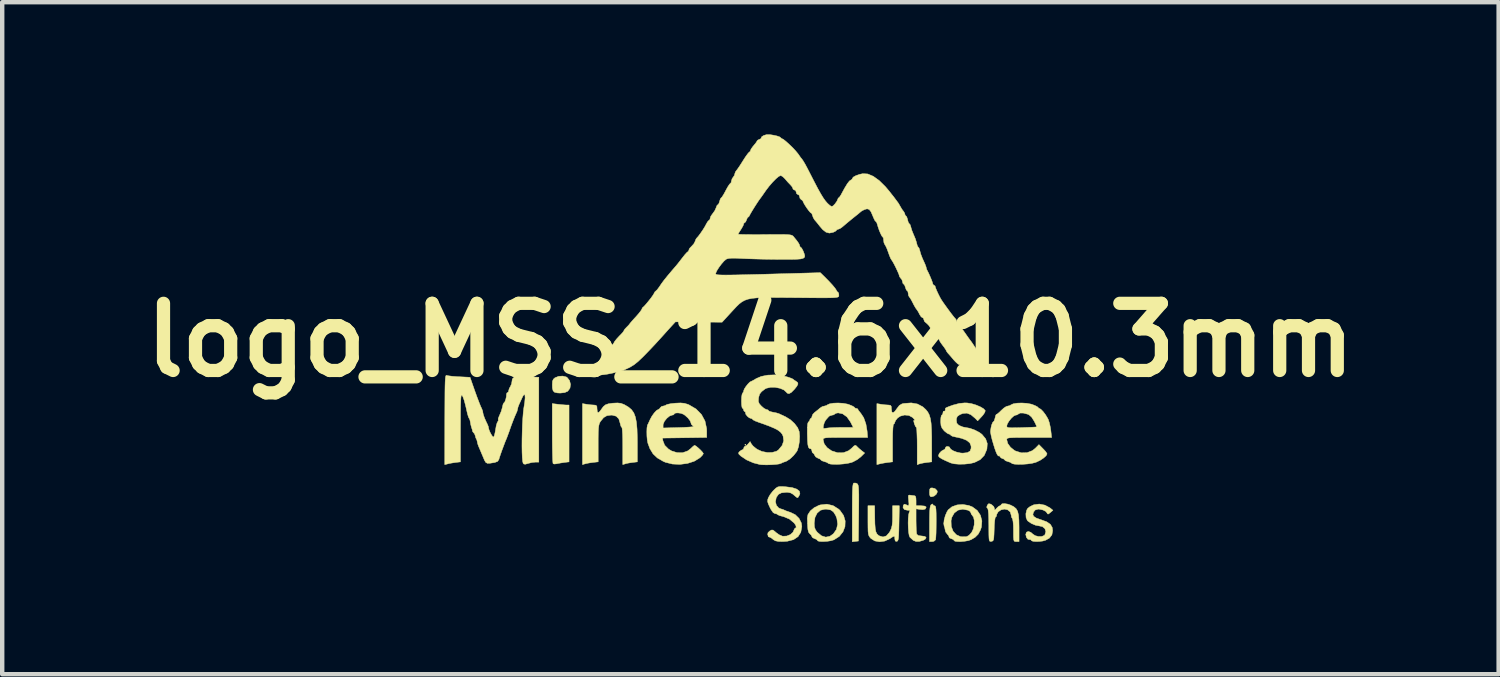
<source format=kicad_pcb>
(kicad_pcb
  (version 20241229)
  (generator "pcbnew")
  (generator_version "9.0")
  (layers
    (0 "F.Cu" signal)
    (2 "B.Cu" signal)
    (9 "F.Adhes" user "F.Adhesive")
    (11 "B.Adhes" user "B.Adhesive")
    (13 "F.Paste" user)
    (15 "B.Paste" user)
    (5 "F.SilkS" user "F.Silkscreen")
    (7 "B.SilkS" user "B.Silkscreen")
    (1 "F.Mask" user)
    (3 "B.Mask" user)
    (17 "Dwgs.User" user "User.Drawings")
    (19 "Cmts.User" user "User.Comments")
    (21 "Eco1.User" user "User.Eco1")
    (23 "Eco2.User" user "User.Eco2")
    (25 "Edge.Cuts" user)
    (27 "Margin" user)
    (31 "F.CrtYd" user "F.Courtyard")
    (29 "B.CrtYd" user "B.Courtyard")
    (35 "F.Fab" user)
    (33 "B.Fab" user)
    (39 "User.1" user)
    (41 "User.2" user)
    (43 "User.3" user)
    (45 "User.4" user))
  (footprint "logo_MSS_14.6x10.3mm"
    (layer "F.Cu")
    (at 13.977 4.667)
    (property "Reference" "logo_MSS_14.6x10.3mm" (at 0 0 0) (layer "F.SilkS") (effects (font (size 1.524 1.524) (thickness 0.3))))
    (attr through_hole)
    (fp_poly (pts (xy -0.102 2.375) (xy -0.114 2.388) (xy -0.127 2.375) (xy -0.114 2.362) (xy -0.102 2.375)) (stroke (width 0.01) (type solid)) (fill yes) (layer "F.SilkS"))
    (fp_poly (pts (xy 4.19 3.37) (xy 4.234 3.413) (xy 4.242 3.445) (xy 4.22 3.495) (xy 4.17 3.538) (xy 4.113 3.556) (xy 4.081 3.547) (xy 4.067 3.511) (xy 4.064 3.454) (xy 4.068 3.389) (xy 4.084 3.359) (xy 4.122 3.353) (xy 4.122 3.353) (xy 4.19 3.37)) (stroke (width 0.01) (type solid)) (fill yes) (layer "F.SilkS"))
    (fp_poly (pts (xy -4.362 1.457) (xy -4.274 1.466) (xy -4.199 1.472) (xy -4.172 1.473) (xy -4.115 1.473) (xy -4.115 2.763) (xy -4.223 2.776) (xy -4.308 2.789) (xy -4.382 2.803) (xy -4.395 2.806) (xy -4.449 2.812) (xy -4.477 2.804) (xy -4.482 2.775) (xy -4.487 2.701) (xy -4.49 2.591) (xy -4.493 2.45) (xy -4.495 2.286) (xy -4.496 2.113) (xy -4.496 1.441) (xy -4.362 1.457)) (stroke (width 0.01) (type solid)) (fill yes) (layer "F.SilkS"))
    (fp_poly (pts (xy -4.178 0.836) (xy -4.16 0.847) (xy -4.104 0.917) (xy -4.081 1.004) (xy -4.094 1.09) (xy -4.143 1.159) (xy -4.144 1.16) (xy -4.215 1.191) (xy -4.317 1.202) (xy -4.381 1.198) (xy -4.443 1.184) (xy -4.477 1.15) (xy -4.493 1.087) (xy -4.495 1.013) (xy -4.491 0.933) (xy -4.47 0.886) (xy -4.433 0.854) (xy -4.351 0.822) (xy -4.258 0.816) (xy -4.178 0.836)) (stroke (width 0.01) (type solid)) (fill yes) (layer "F.SilkS"))
    (fp_poly (pts (xy 2.395 3.245) (xy 2.424 3.259) (xy 2.436 3.274) (xy 2.446 3.299) (xy 2.453 3.342) (xy 2.457 3.409) (xy 2.46 3.505) (xy 2.46 3.637) (xy 2.459 3.81) (xy 2.458 3.924) (xy 2.451 4.559) (xy 2.311 4.575) (xy 2.311 3.916) (xy 2.312 3.71) (xy 2.313 3.55) (xy 2.316 3.43) (xy 2.32 3.345) (xy 2.327 3.289) (xy 2.335 3.257) (xy 2.346 3.243) (xy 2.347 3.243) (xy 2.395 3.245)) (stroke (width 0.01) (type solid)) (fill yes) (layer "F.SilkS"))
    (fp_poly (pts (xy 4.14 3.731) (xy 4.161 3.756) (xy 4.178 3.759) (xy 4.193 3.766) (xy 4.204 3.792) (xy 4.211 3.844) (xy 4.215 3.929) (xy 4.216 4.055) (xy 4.216 4.125) (xy 4.215 4.259) (xy 4.213 4.377) (xy 4.208 4.469) (xy 4.203 4.523) (xy 4.201 4.532) (xy 4.166 4.563) (xy 4.125 4.572) (xy 4.064 4.572) (xy 4.064 4.169) (xy 4.065 4.011) (xy 4.068 3.896) (xy 4.074 3.818) (xy 4.083 3.768) (xy 4.096 3.74) (xy 4.102 3.734) (xy 4.134 3.717) (xy 4.14 3.731)) (stroke (width 0.01) (type solid)) (fill yes) (layer "F.SilkS"))
    (fp_poly (pts (xy 2.822 4.02) (xy 2.825 4.168) (xy 2.833 4.275) (xy 2.847 4.348) (xy 2.871 4.397) (xy 2.905 4.43) (xy 2.924 4.442) (xy 3.009 4.467) (xy 3.085 4.443) (xy 3.151 4.368) (xy 3.169 4.338) (xy 3.198 4.274) (xy 3.215 4.206) (xy 3.224 4.118) (xy 3.226 3.996) (xy 3.226 3.994) (xy 3.226 3.759) (xy 3.379 3.759) (xy 3.372 4.159) (xy 3.369 4.311) (xy 3.365 4.419) (xy 3.36 4.492) (xy 3.351 4.535) (xy 3.339 4.558) (xy 3.323 4.567) (xy 3.321 4.567) (xy 3.287 4.56) (xy 3.277 4.514) (xy 3.277 4.51) (xy 3.275 4.466) (xy 3.262 4.45) (xy 3.228 4.463) (xy 3.164 4.506) (xy 3.16 4.508) (xy 3.049 4.56) (xy 2.932 4.576) (xy 2.823 4.557) (xy 2.737 4.502) (xy 2.735 4.501) (xy 2.708 4.47) (xy 2.689 4.439) (xy 2.677 4.399) (xy 2.67 4.339) (xy 2.668 4.249) (xy 2.667 4.12) (xy 2.667 4.094) (xy 2.667 3.759) (xy 2.819 3.759) (xy 2.822 4.02)) (stroke (width 0.01) (type solid)) (fill yes) (layer "F.SilkS"))
    (fp_poly (pts (xy 3.623 3.518) (xy 3.689 3.527) (xy 3.715 3.529) (xy 3.743 3.54) (xy 3.756 3.581) (xy 3.759 3.645) (xy 3.759 3.759) (xy 3.873 3.759) (xy 3.95 3.765) (xy 3.985 3.783) (xy 3.988 3.795) (xy 3.969 3.834) (xy 3.911 3.847) (xy 3.842 3.841) (xy 3.759 3.829) (xy 3.759 4.097) (xy 3.761 4.212) (xy 3.764 4.311) (xy 3.77 4.38) (xy 3.775 4.405) (xy 3.812 4.436) (xy 3.889 4.445) (xy 3.961 4.455) (xy 3.988 4.481) (xy 3.969 4.515) (xy 3.923 4.543) (xy 3.837 4.567) (xy 3.754 4.567) (xy 3.694 4.543) (xy 3.691 4.539) (xy 3.644 4.496) (xy 3.621 4.476) (xy 3.603 4.436) (xy 3.59 4.359) (xy 3.582 4.259) (xy 3.579 4.149) (xy 3.582 4.044) (xy 3.591 3.956) (xy 3.606 3.9) (xy 3.612 3.891) (xy 3.623 3.87) (xy 3.593 3.862) (xy 3.564 3.861) (xy 3.494 3.845) (xy 3.463 3.8) (xy 3.47 3.747) (xy 3.494 3.723) (xy 3.531 3.734) (xy 3.573 3.754) (xy 3.594 3.748) (xy 3.597 3.709) (xy 3.59 3.634) (xy 3.583 3.56) (xy 3.587 3.524) (xy 3.607 3.516) (xy 3.623 3.518)) (stroke (width 0.01) (type solid)) (fill yes) (layer "F.SilkS"))
    (fp_poly (pts (xy 1.876 3.756) (xy 2.004 3.837) (xy 2.033 3.865) (xy 2.114 3.979) (xy 2.151 4.104) (xy 2.146 4.232) (xy 2.1 4.351) (xy 2.017 4.454) (xy 1.898 4.53) (xy 1.892 4.533) (xy 1.823 4.553) (xy 1.739 4.566) (xy 1.653 4.571) (xy 1.58 4.569) (xy 1.533 4.558) (xy 1.524 4.547) (xy 1.502 4.523) (xy 1.46 4.506) (xy 1.413 4.484) (xy 1.397 4.461) (xy 1.378 4.423) (xy 1.35 4.397) (xy 1.321 4.361) (xy 1.305 4.298) (xy 1.298 4.209) (xy 1.296 4.154) (xy 1.448 4.154) (xy 1.448 4.154) (xy 1.454 4.244) (xy 1.478 4.308) (xy 1.518 4.361) (xy 1.614 4.441) (xy 1.71 4.471) (xy 1.805 4.451) (xy 1.883 4.395) (xy 1.953 4.295) (xy 1.98 4.176) (xy 1.962 4.047) (xy 1.934 3.976) (xy 1.883 3.896) (xy 1.82 3.853) (xy 1.73 3.837) (xy 1.689 3.837) (xy 1.591 3.86) (xy 1.515 3.925) (xy 1.465 4.025) (xy 1.448 4.154) (xy 1.296 4.154) (xy 1.295 4.125) (xy 1.292 4.064) (xy 1.291 4.04) (xy 1.306 3.958) (xy 1.361 3.875) (xy 1.447 3.803) (xy 1.553 3.75) (xy 1.585 3.74) (xy 1.736 3.723) (xy 1.876 3.756)) (stroke (width 0.01) (type solid)) (fill yes) (layer "F.SilkS"))
    (fp_poly (pts (xy 4.956 3.753) (xy 5.037 3.785) (xy 5.147 3.866) (xy 5.22 3.975) (xy 5.253 4.104) (xy 5.242 4.242) (xy 5.219 4.311) (xy 5.168 4.405) (xy 5.099 4.474) (xy 5.006 4.529) (xy 4.944 4.55) (xy 4.862 4.564) (xy 4.775 4.572) (xy 4.697 4.571) (xy 4.641 4.563) (xy 4.623 4.547) (xy 4.601 4.523) (xy 4.559 4.506) (xy 4.517 4.488) (xy 4.508 4.471) (xy 4.5 4.442) (xy 4.47 4.406) (xy 4.431 4.354) (xy 4.42 4.312) (xy 4.407 4.247) (xy 4.396 4.221) (xy 4.387 4.162) (xy 4.395 4.098) (xy 4.553 4.098) (xy 4.558 4.229) (xy 4.6 4.338) (xy 4.673 4.417) (xy 4.77 4.461) (xy 4.885 4.463) (xy 4.915 4.456) (xy 4.963 4.427) (xy 5.014 4.372) (xy 5.023 4.359) (xy 5.059 4.282) (xy 5.079 4.188) (xy 5.08 4.094) (xy 5.064 4.02) (xy 5.042 3.988) (xy 5.01 3.944) (xy 5.004 3.921) (xy 4.983 3.886) (xy 4.939 3.86) (xy 4.818 3.837) (xy 4.711 3.859) (xy 4.626 3.923) (xy 4.57 4.022) (xy 4.553 4.098) (xy 4.395 4.098) (xy 4.397 4.077) (xy 4.423 3.982) (xy 4.461 3.895) (xy 4.489 3.851) (xy 4.575 3.781) (xy 4.69 3.74) (xy 4.821 3.73) (xy 4.956 3.753)) (stroke (width 0.01) (type solid)) (fill yes) (layer "F.SilkS"))
    (fp_poly (pts (xy 6.682 3.745) (xy 6.796 3.806) (xy 6.804 3.812) (xy 6.865 3.862) (xy 6.804 3.914) (xy 6.761 3.947) (xy 6.741 3.943) (xy 6.736 3.93) (xy 6.705 3.889) (xy 6.64 3.855) (xy 6.559 3.837) (xy 6.531 3.835) (xy 6.462 3.855) (xy 6.427 3.898) (xy 6.409 3.954) (xy 6.427 3.999) (xy 6.486 4.038) (xy 6.59 4.075) (xy 6.6 4.078) (xy 6.725 4.124) (xy 6.806 4.18) (xy 6.848 4.251) (xy 6.858 4.323) (xy 6.841 4.419) (xy 6.786 4.491) (xy 6.698 4.541) (xy 6.635 4.559) (xy 6.555 4.569) (xy 6.476 4.571) (xy 6.412 4.565) (xy 6.377 4.55) (xy 6.375 4.544) (xy 6.357 4.526) (xy 6.344 4.527) (xy 6.298 4.52) (xy 6.263 4.476) (xy 6.248 4.409) (xy 6.265 4.358) (xy 6.307 4.342) (xy 6.363 4.362) (xy 6.406 4.4) (xy 6.463 4.438) (xy 6.539 4.457) (xy 6.614 4.455) (xy 6.67 4.431) (xy 6.681 4.419) (xy 6.704 4.345) (xy 6.683 4.279) (xy 6.627 4.232) (xy 6.553 4.216) (xy 6.469 4.2) (xy 6.375 4.16) (xy 6.298 4.107) (xy 6.282 4.089) (xy 6.255 4.025) (xy 6.251 3.94) (xy 6.269 3.859) (xy 6.293 3.818) (xy 6.346 3.777) (xy 6.421 3.741) (xy 6.435 3.736) (xy 6.555 3.72) (xy 6.682 3.745)) (stroke (width 0.01) (type solid)) (fill yes) (layer "F.SilkS"))
    (fp_poly (pts (xy -2.941 1.434) (xy -2.871 1.46) (xy -2.851 1.47) (xy -2.765 1.521) (xy -2.697 1.579) (xy -2.646 1.651) (xy -2.61 1.745) (xy -2.586 1.865) (xy -2.572 2.019) (xy -2.566 2.214) (xy -2.565 2.332) (xy -2.565 2.763) (xy -2.673 2.776) (xy -2.756 2.788) (xy -2.826 2.803) (xy -2.838 2.807) (xy -2.896 2.825) (xy -2.896 2.403) (xy -2.897 2.263) (xy -2.9 2.143) (xy -2.906 2.051) (xy -2.912 1.994) (xy -2.918 1.981) (xy -2.936 1.959) (xy -2.952 1.904) (xy -2.955 1.889) (xy -2.986 1.787) (xy -3.045 1.727) (xy -3.135 1.703) (xy -3.162 1.702) (xy -3.256 1.715) (xy -3.33 1.758) (xy -3.399 1.842) (xy -3.411 1.86) (xy -3.427 1.893) (xy -3.439 1.939) (xy -3.447 2.004) (xy -3.452 2.098) (xy -3.454 2.229) (xy -3.454 2.345) (xy -3.454 2.762) (xy -3.575 2.776) (xy -3.661 2.788) (xy -3.733 2.803) (xy -3.753 2.808) (xy -3.81 2.825) (xy -3.81 1.441) (xy -3.715 1.457) (xy -3.63 1.468) (xy -3.554 1.473) (xy -3.55 1.473) (xy -3.503 1.479) (xy -3.483 1.506) (xy -3.48 1.562) (xy -3.473 1.629) (xy -3.451 1.647) (xy -3.415 1.617) (xy -3.389 1.581) (xy -3.338 1.51) (xy -3.287 1.468) (xy -3.221 1.445) (xy -3.122 1.431) (xy -3.118 1.431) (xy -3.016 1.426) (xy -2.941 1.434)) (stroke (width 0.01) (type solid)) (fill yes) (layer "F.SilkS"))
    (fp_poly (pts (xy 3.791 1.45) (xy 3.912 1.514) (xy 3.981 1.577) (xy 4.025 1.632) (xy 4.059 1.697) (xy 4.083 1.778) (xy 4.1 1.883) (xy 4.109 2.021) (xy 4.114 2.197) (xy 4.114 2.315) (xy 4.115 2.763) (xy 4.007 2.776) (xy 3.924 2.788) (xy 3.854 2.803) (xy 3.842 2.807) (xy 3.785 2.825) (xy 3.785 2.403) (xy 3.784 2.263) (xy 3.78 2.143) (xy 3.776 2.051) (xy 3.77 1.994) (xy 3.765 1.981) (xy 3.746 1.96) (xy 3.723 1.906) (xy 3.719 1.893) (xy 3.706 1.84) (xy 3.709 1.818) (xy 3.713 1.819) (xy 3.734 1.825) (xy 3.725 1.805) (xy 3.691 1.766) (xy 3.678 1.754) (xy 3.597 1.71) (xy 3.499 1.7) (xy 3.403 1.725) (xy 3.341 1.766) (xy 3.298 1.819) (xy 3.277 1.864) (xy 3.277 1.868) (xy 3.263 1.901) (xy 3.251 1.905) (xy 3.241 1.93) (xy 3.234 2.002) (xy 3.228 2.117) (xy 3.226 2.272) (xy 3.226 2.334) (xy 3.226 2.763) (xy 3.118 2.776) (xy 3.031 2.789) (xy 2.953 2.804) (xy 2.94 2.807) (xy 2.87 2.825) (xy 2.87 1.441) (xy 2.965 1.457) (xy 3.05 1.468) (xy 3.126 1.473) (xy 3.131 1.473) (xy 3.178 1.479) (xy 3.197 1.506) (xy 3.2 1.562) (xy 3.209 1.629) (xy 3.235 1.648) (xy 3.276 1.62) (xy 3.326 1.552) (xy 3.38 1.482) (xy 3.44 1.447) (xy 3.478 1.438) (xy 3.649 1.425) (xy 3.791 1.45)) (stroke (width 0.01) (type solid)) (fill yes) (layer "F.SilkS"))
    (fp_poly (pts (xy 5.84 3.722) (xy 5.902 3.743) (xy 5.975 3.78) (xy 6.028 3.824) (xy 6.063 3.884) (xy 6.083 3.969) (xy 6.093 4.088) (xy 6.096 4.245) (xy 6.096 4.572) (xy 6.032 4.572) (xy 6.004 4.57) (xy 5.985 4.56) (xy 5.975 4.53) (xy 5.97 4.473) (xy 5.969 4.378) (xy 5.969 4.319) (xy 5.967 4.209) (xy 5.96 4.12) (xy 5.95 4.064) (xy 5.944 4.051) (xy 5.924 4.016) (xy 5.918 3.975) (xy 5.896 3.899) (xy 5.836 3.85) (xy 5.764 3.835) (xy 5.687 3.852) (xy 5.623 3.896) (xy 5.59 3.952) (xy 5.588 3.968) (xy 5.577 4.006) (xy 5.563 4.013) (xy 5.553 4.037) (xy 5.543 4.102) (xy 5.535 4.198) (xy 5.532 4.286) (xy 5.528 4.407) (xy 5.523 4.486) (xy 5.515 4.533) (xy 5.501 4.556) (xy 5.479 4.565) (xy 5.467 4.567) (xy 5.445 4.569) (xy 5.43 4.562) (xy 5.419 4.539) (xy 5.414 4.492) (xy 5.411 4.414) (xy 5.41 4.296) (xy 5.41 4.207) (xy 5.408 4.062) (xy 5.404 3.945) (xy 5.396 3.864) (xy 5.387 3.825) (xy 5.385 3.823) (xy 5.361 3.793) (xy 5.376 3.747) (xy 5.384 3.735) (xy 5.407 3.712) (xy 5.444 3.719) (xy 5.472 3.733) (xy 5.522 3.777) (xy 5.538 3.821) (xy 5.541 3.856) (xy 5.554 3.853) (xy 5.587 3.816) (xy 5.63 3.775) (xy 5.662 3.759) (xy 5.688 3.741) (xy 5.69 3.734) (xy 5.711 3.714) (xy 5.766 3.71) (xy 5.84 3.722)) (stroke (width 0.01) (type solid)) (fill yes) (layer "F.SilkS"))
    (fp_poly (pts (xy 0.745 3.324) (xy 0.8 3.328) (xy 0.948 3.347) (xy 1.052 3.381) (xy 1.111 3.427) (xy 1.124 3.485) (xy 1.112 3.517) (xy 1.084 3.566) (xy 1.064 3.577) (xy 1.036 3.557) (xy 1.031 3.553) (xy 0.963 3.495) (xy 0.91 3.466) (xy 0.852 3.455) (xy 0.812 3.454) (xy 0.707 3.465) (xy 0.638 3.499) (xy 0.591 3.566) (xy 0.585 3.58) (xy 0.569 3.669) (xy 0.59 3.751) (xy 0.642 3.809) (xy 0.683 3.827) (xy 0.742 3.845) (xy 0.775 3.86) (xy 0.814 3.877) (xy 0.88 3.9) (xy 0.907 3.908) (xy 1.018 3.962) (xy 1.104 4.046) (xy 1.156 4.15) (xy 1.167 4.229) (xy 1.144 4.359) (xy 1.081 4.459) (xy 0.978 4.528) (xy 0.837 4.564) (xy 0.735 4.571) (xy 0.634 4.568) (xy 0.569 4.555) (xy 0.523 4.529) (xy 0.514 4.521) (xy 0.466 4.484) (xy 0.433 4.47) (xy 0.407 4.462) (xy 0.406 4.46) (xy 0.399 4.43) (xy 0.392 4.411) (xy 0.4 4.368) (xy 0.439 4.332) (xy 0.481 4.309) (xy 0.514 4.311) (xy 0.556 4.343) (xy 0.58 4.365) (xy 0.65 4.416) (xy 0.722 4.447) (xy 0.736 4.45) (xy 0.824 4.446) (xy 0.907 4.413) (xy 0.965 4.361) (xy 0.981 4.327) (xy 1.001 4.281) (xy 1.019 4.267) (xy 1.04 4.25) (xy 1.031 4.207) (xy 0.996 4.153) (xy 0.996 4.153) (xy 0.885 4.06) (xy 0.748 4.004) (xy 0.727 3.999) (xy 0.663 3.982) (xy 0.623 3.963) (xy 0.621 3.96) (xy 0.586 3.94) (xy 0.559 3.937) (xy 0.517 3.915) (xy 0.469 3.846) (xy 0.443 3.797) (xy 0.406 3.716) (xy 0.39 3.662) (xy 0.394 3.617) (xy 0.409 3.575) (xy 0.448 3.506) (xy 0.507 3.43) (xy 0.532 3.404) (xy 0.581 3.357) (xy 0.622 3.332) (xy 0.671 3.322) (xy 0.745 3.324)) (stroke (width 0.01) (type solid)) (fill yes) (layer "F.SilkS"))
    (fp_poly (pts (xy -1.5 1.434) (xy -1.425 1.456) (xy -1.397 1.467) (xy -1.234 1.562) (xy -1.111 1.687) (xy -1.03 1.837) (xy -0.993 2.01) (xy -0.991 2.063) (xy -0.991 2.209) (xy -1.994 2.223) (xy -1.985 2.284) (xy -1.945 2.386) (xy -1.858 2.473) (xy -1.784 2.517) (xy -1.659 2.555) (xy -1.533 2.554) (xy -1.419 2.513) (xy -1.353 2.461) (xy -1.305 2.415) (xy -1.271 2.389) (xy -1.266 2.388) (xy -1.235 2.404) (xy -1.185 2.445) (xy -1.13 2.496) (xy -1.086 2.544) (xy -1.067 2.575) (xy -1.067 2.576) (xy -1.085 2.607) (xy -1.129 2.654) (xy -1.148 2.671) (xy -1.273 2.748) (xy -1.427 2.798) (xy -1.598 2.82) (xy -1.769 2.812) (xy -1.927 2.773) (xy -1.976 2.752) (xy -2.111 2.674) (xy -2.209 2.581) (xy -2.281 2.462) (xy -2.327 2.337) (xy -2.34 2.269) (xy -2.348 2.178) (xy -2.35 2.08) (xy -2.347 1.994) (xy -1.981 1.994) (xy -1.645 1.985) (xy -1.519 1.981) (xy -1.413 1.975) (xy -1.336 1.969) (xy -1.298 1.964) (xy -1.295 1.963) (xy -1.302 1.944) (xy -1.314 1.938) (xy -1.343 1.906) (xy -1.347 1.884) (xy -1.367 1.832) (xy -1.416 1.768) (xy -1.482 1.708) (xy -1.519 1.683) (xy -1.576 1.661) (xy -1.642 1.652) (xy -1.698 1.655) (xy -1.726 1.672) (xy -1.727 1.676) (xy -1.748 1.697) (xy -1.776 1.702) (xy -1.834 1.723) (xy -1.897 1.775) (xy -1.951 1.842) (xy -1.979 1.909) (xy -1.981 1.926) (xy -1.981 1.994) (xy -2.347 1.994) (xy -2.347 1.993) (xy -2.337 1.936) (xy -2.335 1.93) (xy -2.312 1.882) (xy -2.281 1.814) (xy -2.276 1.803) (xy -2.235 1.727) (xy -2.183 1.654) (xy -2.132 1.599) (xy -2.092 1.575) (xy -2.089 1.575) (xy -2.058 1.555) (xy -2.048 1.537) (xy -2.013 1.504) (xy -1.987 1.499) (xy -1.933 1.485) (xy -1.913 1.471) (xy -1.876 1.457) (xy -1.803 1.442) (xy -1.709 1.432) (xy -1.699 1.431) (xy -1.585 1.426) (xy -1.5 1.434)) (stroke (width 0.01) (type solid)) (fill yes) (layer "F.SilkS"))
    (fp_poly (pts (xy 4.922 1.427) (xy 5.02 1.443) (xy 5.123 1.474) (xy 5.217 1.514) (xy 5.289 1.556) (xy 5.327 1.597) (xy 5.329 1.604) (xy 5.317 1.643) (xy 5.278 1.701) (xy 5.246 1.737) (xy 5.157 1.832) (xy 5.099 1.773) (xy 5.003 1.692) (xy 4.912 1.657) (xy 4.818 1.665) (xy 4.754 1.691) (xy 4.697 1.729) (xy 4.676 1.779) (xy 4.674 1.817) (xy 4.683 1.885) (xy 4.722 1.927) (xy 4.749 1.942) (xy 4.82 1.971) (xy 4.882 1.983) (xy 4.979 2.001) (xy 5.091 2.041) (xy 5.195 2.095) (xy 5.254 2.139) (xy 5.338 2.24) (xy 5.375 2.346) (xy 5.367 2.466) (xy 5.362 2.486) (xy 5.306 2.617) (xy 5.213 2.713) (xy 5.082 2.778) (xy 5.079 2.779) (xy 4.978 2.802) (xy 4.857 2.814) (xy 4.732 2.816) (xy 4.622 2.807) (xy 4.547 2.788) (xy 4.424 2.734) (xy 4.343 2.694) (xy 4.294 2.663) (xy 4.271 2.637) (xy 4.267 2.62) (xy 4.286 2.572) (xy 4.331 2.522) (xy 4.38 2.492) (xy 4.394 2.489) (xy 4.417 2.469) (xy 4.42 2.451) (xy 4.441 2.42) (xy 4.47 2.413) (xy 4.512 2.423) (xy 4.521 2.436) (xy 4.544 2.474) (xy 4.603 2.512) (xy 4.684 2.543) (xy 4.773 2.562) (xy 4.82 2.565) (xy 4.922 2.554) (xy 4.984 2.519) (xy 5.008 2.455) (xy 5.007 2.403) (xy 4.979 2.332) (xy 4.909 2.275) (xy 4.794 2.229) (xy 4.644 2.196) (xy 4.582 2.181) (xy 4.549 2.162) (xy 4.547 2.157) (xy 4.526 2.136) (xy 4.509 2.134) (xy 4.469 2.116) (xy 4.414 2.073) (xy 4.394 2.054) (xy 4.348 1.997) (xy 4.325 1.939) (xy 4.318 1.858) (xy 4.318 1.838) (xy 4.322 1.762) (xy 4.333 1.713) (xy 4.343 1.702) (xy 4.364 1.68) (xy 4.369 1.649) (xy 4.379 1.614) (xy 4.394 1.613) (xy 4.417 1.608) (xy 4.425 1.564) (xy 4.424 1.547) (xy 4.445 1.533) (xy 4.504 1.508) (xy 4.586 1.479) (xy 4.599 1.474) (xy 4.74 1.437) (xy 4.863 1.425) (xy 4.922 1.427)) (stroke (width 0.01) (type solid)) (fill yes) (layer "F.SilkS"))
    (fp_poly (pts (xy 6.267 1.434) (xy 6.367 1.452) (xy 6.399 1.462) (xy 6.47 1.491) (xy 6.517 1.517) (xy 6.528 1.529) (xy 6.547 1.549) (xy 6.555 1.549) (xy 6.591 1.57) (xy 6.642 1.622) (xy 6.696 1.693) (xy 6.743 1.771) (xy 6.759 1.802) (xy 6.784 1.878) (xy 6.806 1.979) (xy 6.817 2.051) (xy 6.835 2.21) (xy 6.326 2.21) (xy 6.153 2.21) (xy 6.024 2.211) (xy 5.933 2.214) (xy 5.874 2.218) (xy 5.839 2.226) (xy 5.822 2.237) (xy 5.817 2.252) (xy 5.817 2.259) (xy 5.839 2.345) (xy 5.901 2.431) (xy 5.989 2.502) (xy 6.015 2.516) (xy 6.148 2.558) (xy 6.279 2.554) (xy 6.399 2.508) (xy 6.466 2.454) (xy 6.547 2.371) (xy 6.639 2.464) (xy 6.692 2.521) (xy 6.725 2.567) (xy 6.731 2.582) (xy 6.709 2.624) (xy 6.653 2.675) (xy 6.575 2.727) (xy 6.487 2.769) (xy 6.464 2.777) (xy 6.388 2.796) (xy 6.289 2.81) (xy 6.182 2.818) (xy 6.08 2.82) (xy 5.996 2.815) (xy 5.943 2.804) (xy 5.932 2.796) (xy 5.899 2.774) (xy 5.842 2.756) (xy 5.789 2.737) (xy 5.766 2.716) (xy 5.766 2.716) (xy 5.745 2.695) (xy 5.729 2.692) (xy 5.687 2.673) (xy 5.666 2.648) (xy 5.646 2.622) (xy 5.64 2.628) (xy 5.627 2.63) (xy 5.602 2.601) (xy 5.578 2.55) (xy 5.547 2.466) (xy 5.515 2.363) (xy 5.484 2.256) (xy 5.461 2.16) (xy 5.449 2.089) (xy 5.448 2.067) (xy 5.46 1.984) (xy 5.47 1.948) (xy 5.817 1.948) (xy 5.82 1.967) (xy 5.834 1.98) (xy 5.868 1.987) (xy 5.929 1.99) (xy 6.025 1.989) (xy 6.153 1.986) (xy 6.278 1.981) (xy 6.383 1.977) (xy 6.458 1.973) (xy 6.495 1.97) (xy 6.497 1.969) (xy 6.49 1.945) (xy 6.465 1.89) (xy 6.438 1.837) (xy 6.381 1.747) (xy 6.32 1.694) (xy 6.29 1.681) (xy 6.194 1.656) (xy 6.121 1.655) (xy 6.083 1.676) (xy 6.047 1.698) (xy 6.02 1.702) (xy 5.976 1.722) (xy 5.921 1.772) (xy 5.868 1.838) (xy 5.829 1.903) (xy 5.817 1.948) (xy 5.47 1.948) (xy 5.479 1.912) (xy 5.5 1.864) (xy 5.513 1.854) (xy 5.531 1.832) (xy 5.549 1.777) (xy 5.552 1.764) (xy 5.566 1.709) (xy 5.579 1.685) (xy 5.581 1.686) (xy 5.603 1.676) (xy 5.649 1.638) (xy 5.688 1.599) (xy 5.751 1.542) (xy 5.807 1.506) (xy 5.833 1.499) (xy 5.889 1.485) (xy 5.911 1.47) (xy 5.963 1.446) (xy 6.05 1.431) (xy 6.156 1.427) (xy 6.267 1.434)) (stroke (width 0.01) (type solid)) (fill yes) (layer "F.SilkS"))
    (fp_poly (pts (xy 2.101 1.434) (xy 2.201 1.452) (xy 2.233 1.462) (xy 2.305 1.491) (xy 2.352 1.517) (xy 2.362 1.529) (xy 2.383 1.547) (xy 2.4 1.549) (xy 2.434 1.56) (xy 2.438 1.569) (xy 2.454 1.598) (xy 2.493 1.647) (xy 2.502 1.656) (xy 2.571 1.761) (xy 2.621 1.903) (xy 2.649 2.069) (xy 2.649 2.076) (xy 2.66 2.21) (xy 2.155 2.21) (xy 1.984 2.21) (xy 1.856 2.211) (xy 1.766 2.213) (xy 1.707 2.218) (xy 1.673 2.226) (xy 1.656 2.237) (xy 1.651 2.252) (xy 1.651 2.263) (xy 1.675 2.354) (xy 1.74 2.44) (xy 1.839 2.51) (xy 1.848 2.515) (xy 1.981 2.557) (xy 2.112 2.555) (xy 2.23 2.509) (xy 2.299 2.453) (xy 2.349 2.403) (xy 2.379 2.387) (xy 2.404 2.399) (xy 2.415 2.411) (xy 2.461 2.456) (xy 2.521 2.506) (xy 2.522 2.508) (xy 2.593 2.562) (xy 2.506 2.648) (xy 2.425 2.711) (xy 2.326 2.764) (xy 2.291 2.777) (xy 2.211 2.796) (xy 2.111 2.81) (xy 2.004 2.818) (xy 1.904 2.819) (xy 1.822 2.814) (xy 1.774 2.802) (xy 1.767 2.796) (xy 1.733 2.774) (xy 1.676 2.756) (xy 1.623 2.738) (xy 1.6 2.719) (xy 1.6 2.719) (xy 1.579 2.698) (xy 1.538 2.682) (xy 1.484 2.652) (xy 1.46 2.616) (xy 1.438 2.575) (xy 1.421 2.565) (xy 1.401 2.544) (xy 1.397 2.515) (xy 1.382 2.473) (xy 1.361 2.464) (xy 1.335 2.456) (xy 1.316 2.428) (xy 1.304 2.373) (xy 1.296 2.283) (xy 1.292 2.151) (xy 1.291 2.122) (xy 1.292 1.989) (xy 1.292 1.988) (xy 1.651 1.988) (xy 1.666 2.006) (xy 1.715 2) (xy 1.726 1.998) (xy 1.787 1.991) (xy 1.884 1.985) (xy 2 1.982) (xy 2.072 1.981) (xy 2.334 1.981) (xy 2.269 1.854) (xy 2.19 1.742) (xy 2.094 1.673) (xy 1.991 1.651) (xy 1.939 1.661) (xy 1.918 1.676) (xy 1.882 1.698) (xy 1.854 1.702) (xy 1.797 1.72) (xy 1.773 1.741) (xy 1.727 1.793) (xy 1.708 1.816) (xy 1.68 1.865) (xy 1.659 1.933) (xy 1.651 1.988) (xy 1.292 1.988) (xy 1.298 1.904) (xy 1.311 1.864) (xy 1.317 1.86) (xy 1.344 1.829) (xy 1.346 1.814) (xy 1.361 1.782) (xy 1.372 1.778) (xy 1.393 1.757) (xy 1.397 1.731) (xy 1.416 1.684) (xy 1.463 1.636) (xy 1.464 1.636) (xy 1.529 1.586) (xy 1.579 1.543) (xy 1.632 1.508) (xy 1.671 1.499) (xy 1.726 1.484) (xy 1.745 1.47) (xy 1.798 1.446) (xy 1.884 1.431) (xy 1.991 1.427) (xy 2.101 1.434)) (stroke (width 0.01) (type solid)) (fill yes) (layer "F.SilkS"))
    (fp_poly (pts (xy 0.716 0.805) (xy 0.801 0.825) (xy 0.883 0.85) (xy 0.942 0.873) (xy 0.965 0.885) (xy 0.996 0.91) (xy 1.027 0.929) (xy 1.07 0.96) (xy 1.08 0.995) (xy 1.055 1.046) (xy 1.002 1.113) (xy 0.929 1.187) (xy 0.875 1.216) (xy 0.834 1.203) (xy 0.82 1.185) (xy 0.762 1.132) (xy 0.671 1.093) (xy 0.563 1.072) (xy 0.454 1.072) (xy 0.361 1.093) (xy 0.33 1.11) (xy 0.254 1.169) (xy 0.211 1.223) (xy 0.19 1.289) (xy 0.185 1.32) (xy 0.181 1.391) (xy 0.201 1.443) (xy 0.249 1.497) (xy 0.306 1.546) (xy 0.355 1.573) (xy 0.366 1.575) (xy 0.401 1.586) (xy 0.406 1.597) (xy 0.429 1.614) (xy 0.485 1.631) (xy 0.509 1.636) (xy 0.586 1.651) (xy 0.646 1.669) (xy 0.655 1.673) (xy 0.705 1.697) (xy 0.777 1.73) (xy 0.8 1.741) (xy 0.906 1.806) (xy 1 1.892) (xy 1.072 1.987) (xy 1.107 2.074) (xy 1.117 2.182) (xy 1.111 2.303) (xy 1.092 2.419) (xy 1.062 2.509) (xy 1.05 2.53) (xy 0.98 2.619) (xy 0.897 2.697) (xy 0.817 2.748) (xy 0.787 2.759) (xy 0.729 2.779) (xy 0.699 2.795) (xy 0.655 2.81) (xy 0.575 2.821) (xy 0.473 2.828) (xy 0.365 2.831) (xy 0.264 2.828) (xy 0.216 2.823) (xy 0.067 2.785) (xy -0.085 2.719) (xy -0.212 2.634) (xy -0.217 2.63) (xy -0.261 2.588) (xy -0.27 2.56) (xy -0.248 2.53) (xy -0.247 2.529) (xy -0.204 2.497) (xy -0.18 2.489) (xy -0.155 2.469) (xy -0.152 2.451) (xy -0.137 2.417) (xy -0.125 2.413) (xy -0.09 2.395) (xy -0.052 2.357) (xy -0.007 2.302) (xy 0.023 2.358) (xy 0.062 2.405) (xy 0.127 2.459) (xy 0.16 2.481) (xy 0.262 2.527) (xy 0.379 2.55) (xy 0.494 2.549) (xy 0.59 2.523) (xy 0.635 2.494) (xy 0.72 2.391) (xy 0.756 2.285) (xy 0.742 2.18) (xy 0.721 2.135) (xy 0.685 2.09) (xy 0.629 2.046) (xy 0.547 2.002) (xy 0.432 1.953) (xy 0.277 1.896) (xy 0.184 1.864) (xy 0.111 1.836) (xy 0.063 1.811) (xy 0.051 1.798) (xy 0.03 1.78) (xy 0.014 1.778) (xy -0.028 1.762) (xy -0.073 1.724) (xy -0.106 1.68) (xy -0.112 1.647) (xy -0.112 1.647) (xy -0.117 1.627) (xy -0.126 1.626) (xy -0.149 1.605) (xy -0.152 1.587) (xy -0.166 1.554) (xy -0.178 1.549) (xy -0.191 1.526) (xy -0.2 1.464) (xy -0.203 1.386) (xy -0.2 1.299) (xy -0.19 1.234) (xy -0.178 1.206) (xy -0.155 1.17) (xy -0.152 1.148) (xy -0.137 1.108) (xy -0.1 1.051) (xy -0.054 0.994) (xy -0.012 0.952) (xy 0.01 0.94) (xy 0.039 0.927) (xy 0.096 0.896) (xy 0.132 0.873) (xy 0.247 0.824) (xy 0.393 0.795) (xy 0.554 0.789) (xy 0.716 0.805)) (stroke (width 0.01) (type solid)) (fill yes) (layer "F.SilkS"))
    (fp_poly (pts (xy -5.315 0.802) (xy -5.271 0.812) (xy -5.19 0.822) (xy -5.087 0.83) (xy -5.036 0.833) (xy -4.801 0.843) (xy -4.801 2.769) (xy -4.881 2.769) (xy -4.964 2.778) (xy -5.048 2.8) (xy -5.109 2.817) (xy -5.142 2.811) (xy -5.157 2.793) (xy -5.168 2.75) (xy -5.176 2.664) (xy -5.181 2.546) (xy -5.183 2.404) (xy -5.182 2.247) (xy -5.178 2.083) (xy -5.173 1.922) (xy -5.164 1.773) (xy -5.154 1.644) (xy -5.142 1.544) (xy -5.14 1.534) (xy -5.12 1.405) (xy -5.112 1.31) (xy -5.116 1.251) (xy -5.13 1.233) (xy -5.155 1.259) (xy -5.174 1.296) (xy -5.212 1.378) (xy -5.247 1.455) (xy -5.249 1.458) (xy -5.273 1.521) (xy -5.283 1.568) (xy -5.295 1.616) (xy -5.32 1.672) (xy -5.344 1.726) (xy -5.379 1.813) (xy -5.419 1.918) (xy -5.437 1.968) (xy -5.474 2.074) (xy -5.508 2.166) (xy -5.532 2.23) (xy -5.54 2.248) (xy -5.567 2.313) (xy -5.601 2.403) (xy -5.639 2.505) (xy -5.673 2.601) (xy -5.698 2.676) (xy -5.707 2.709) (xy -5.735 2.752) (xy -5.8 2.777) (xy -5.813 2.779) (xy -5.908 2.794) (xy -5.967 2.796) (xy -6.004 2.776) (xy -6.033 2.728) (xy -6.064 2.654) (xy -6.104 2.56) (xy -6.141 2.472) (xy -6.163 2.422) (xy -6.187 2.357) (xy -6.198 2.307) (xy -6.198 2.305) (xy -6.209 2.261) (xy -6.215 2.251) (xy -6.233 2.214) (xy -6.241 2.178) (xy -6.259 2.127) (xy -6.277 2.106) (xy -6.303 2.075) (xy -6.304 2.067) (xy -6.313 2.027) (xy -6.325 1.992) (xy -6.343 1.927) (xy -6.354 1.865) (xy -6.366 1.807) (xy -6.382 1.777) (xy -6.398 1.745) (xy -6.417 1.682) (xy -6.425 1.65) (xy -6.463 1.484) (xy -6.495 1.364) (xy -6.523 1.287) (xy -6.546 1.249) (xy -6.555 1.247) (xy -6.563 1.267) (xy -6.569 1.312) (xy -6.573 1.387) (xy -6.576 1.496) (xy -6.578 1.644) (xy -6.578 1.836) (xy -6.579 1.99) (xy -6.579 2.763) (xy -6.687 2.776) (xy -6.774 2.789) (xy -6.852 2.804) (xy -6.865 2.808) (xy -6.935 2.826) (xy -6.934 1.804) (xy -6.933 1.549) (xy -6.932 1.341) (xy -6.931 1.174) (xy -6.929 1.045) (xy -6.926 0.948) (xy -6.922 0.88) (xy -6.917 0.836) (xy -6.91 0.81) (xy -6.902 0.8) (xy -6.891 0.801) (xy -6.889 0.802) (xy -6.845 0.811) (xy -6.765 0.821) (xy -6.661 0.829) (xy -6.603 0.832) (xy -6.361 0.844) (xy -6.307 1) (xy -6.253 1.154) (xy -6.202 1.295) (xy -6.156 1.415) (xy -6.12 1.505) (xy -6.096 1.555) (xy -6.074 1.613) (xy -6.071 1.64) (xy -6.06 1.693) (xy -6.031 1.773) (xy -5.99 1.864) (xy -5.967 1.911) (xy -5.947 1.96) (xy -5.944 1.981) (xy -5.933 2.028) (xy -5.908 2.09) (xy -5.876 2.15) (xy -5.846 2.192) (xy -5.83 2.202) (xy -5.813 2.174) (xy -5.796 2.11) (xy -5.782 2.03) (xy -5.767 1.943) (xy -5.748 1.878) (xy -5.732 1.849) (xy -5.717 1.823) (xy -5.722 1.814) (xy -5.722 1.782) (xy -5.701 1.726) (xy -5.691 1.704) (xy -5.654 1.617) (xy -5.628 1.526) (xy -5.627 1.518) (xy -5.612 1.457) (xy -5.594 1.424) (xy -5.59 1.422) (xy -5.572 1.401) (xy -5.552 1.348) (xy -5.538 1.285) (xy -5.534 1.231) (xy -5.535 1.226) (xy -5.523 1.196) (xy -5.513 1.194) (xy -5.49 1.173) (xy -5.486 1.149) (xy -5.47 1.094) (xy -5.447 1.056) (xy -5.419 0.992) (xy -5.41 0.935) (xy -5.402 0.884) (xy -5.385 0.864) (xy -5.363 0.843) (xy -5.359 0.823) (xy -5.347 0.795) (xy -5.315 0.802)) (stroke (width 0.01) (type solid)) (fill yes) (layer "F.SilkS"))
    (fp_poly (pts (xy 0.443 -4.662) (xy 0.526 -4.649) (xy 0.606 -4.631) (xy 0.663 -4.611) (xy 0.682 -4.597) (xy 0.708 -4.573) (xy 0.713 -4.572) (xy 0.748 -4.555) (xy 0.807 -4.508) (xy 0.879 -4.443) (xy 0.956 -4.369) (xy 1.026 -4.294) (xy 1.08 -4.229) (xy 1.103 -4.196) (xy 1.14 -4.143) (xy 1.169 -4.108) (xy 1.197 -4.068) (xy 1.241 -3.994) (xy 1.294 -3.895) (xy 1.348 -3.79) (xy 1.448 -3.595) (xy 1.529 -3.44) (xy 1.596 -3.32) (xy 1.653 -3.227) (xy 1.703 -3.157) (xy 1.749 -3.104) (xy 1.797 -3.061) (xy 1.81 -3.05) (xy 1.844 -3.032) (xy 1.876 -3.045) (xy 1.918 -3.089) (xy 1.959 -3.145) (xy 1.98 -3.188) (xy 1.981 -3.194) (xy 1.994 -3.224) (xy 2.001 -3.226) (xy 2.023 -3.246) (xy 2.057 -3.298) (xy 2.069 -3.321) (xy 2.138 -3.448) (xy 2.198 -3.547) (xy 2.247 -3.61) (xy 2.28 -3.632) (xy 2.309 -3.652) (xy 2.311 -3.664) (xy 2.334 -3.698) (xy 2.395 -3.732) (xy 2.482 -3.762) (xy 2.55 -3.776) (xy 2.663 -3.77) (xy 2.788 -3.717) (xy 2.923 -3.62) (xy 3.063 -3.482) (xy 3.15 -3.379) (xy 3.203 -3.311) (xy 3.252 -3.25) (xy 3.257 -3.243) (xy 3.359 -3.106) (xy 3.421 -2.998) (xy 3.421 -2.997) (xy 3.455 -2.945) (xy 3.472 -2.926) (xy 3.501 -2.878) (xy 3.505 -2.856) (xy 3.518 -2.823) (xy 3.528 -2.819) (xy 3.547 -2.797) (xy 3.565 -2.743) (xy 3.567 -2.731) (xy 3.583 -2.672) (xy 3.602 -2.642) (xy 3.605 -2.642) (xy 3.624 -2.62) (xy 3.641 -2.567) (xy 3.641 -2.566) (xy 3.662 -2.494) (xy 3.696 -2.409) (xy 3.707 -2.384) (xy 3.743 -2.298) (xy 3.77 -2.213) (xy 3.774 -2.193) (xy 3.79 -2.136) (xy 3.808 -2.109) (xy 3.81 -2.108) (xy 3.827 -2.086) (xy 3.844 -2.032) (xy 3.846 -2.023) (xy 3.866 -1.951) (xy 3.901 -1.86) (xy 3.925 -1.807) (xy 3.959 -1.732) (xy 3.982 -1.673) (xy 3.988 -1.651) (xy 3.999 -1.608) (xy 4.012 -1.581) (xy 4.044 -1.518) (xy 4.079 -1.439) (xy 4.112 -1.36) (xy 4.134 -1.298) (xy 4.14 -1.271) (xy 4.159 -1.246) (xy 4.166 -1.245) (xy 4.19 -1.228) (xy 4.191 -1.222) (xy 4.202 -1.186) (xy 4.228 -1.121) (xy 4.264 -1.044) (xy 4.301 -0.971) (xy 4.325 -0.928) (xy 4.366 -0.865) (xy 4.422 -0.786) (xy 4.485 -0.699) (xy 4.547 -0.615) (xy 4.601 -0.545) (xy 4.639 -0.499) (xy 4.652 -0.487) (xy 4.672 -0.458) (xy 4.674 -0.446) (xy 4.689 -0.405) (xy 4.724 -0.353) (xy 4.771 -0.296) (xy 4.805 -0.252) (xy 4.84 -0.204) (xy 4.888 -0.136) (xy 4.903 -0.114) (xy 4.952 -0.045) (xy 4.989 0.006) (xy 5.004 0.025) (xy 5.023 0.051) (xy 5.062 0.109) (xy 5.114 0.188) (xy 5.13 0.213) (xy 5.186 0.298) (xy 5.234 0.368) (xy 5.265 0.411) (xy 5.269 0.416) (xy 5.303 0.458) (xy 5.352 0.527) (xy 5.409 0.608) (xy 5.463 0.69) (xy 5.505 0.757) (xy 5.527 0.797) (xy 5.527 0.798) (xy 5.525 0.832) (xy 5.504 0.838) (xy 5.464 0.824) (xy 5.457 0.812) (xy 5.428 0.793) (xy 5.368 0.775) (xy 5.346 0.772) (xy 5.209 0.738) (xy 5.066 0.681) (xy 5.023 0.659) (xy 4.962 0.64) (xy 4.917 0.635) (xy 4.863 0.626) (xy 4.838 0.609) (xy 4.808 0.595) (xy 4.799 0.598) (xy 4.777 0.594) (xy 4.775 0.586) (xy 4.755 0.561) (xy 4.741 0.559) (xy 4.707 0.541) (xy 4.655 0.493) (xy 4.607 0.441) (xy 4.549 0.372) (xy 4.5 0.316) (xy 4.477 0.291) (xy 4.45 0.254) (xy 4.445 0.24) (xy 4.43 0.212) (xy 4.394 0.159) (xy 4.369 0.127) (xy 4.324 0.066) (xy 4.296 0.021) (xy 4.292 0.009) (xy 4.275 -0.021) (xy 4.233 -0.069) (xy 4.216 -0.087) (xy 4.153 -0.162) (xy 4.1 -0.248) (xy 4.096 -0.257) (xy 4.054 -0.326) (xy 4.005 -0.377) (xy 3.994 -0.384) (xy 3.95 -0.424) (xy 3.937 -0.461) (xy 3.923 -0.5) (xy 3.905 -0.508) (xy 3.874 -0.529) (xy 3.841 -0.58) (xy 3.839 -0.585) (xy 3.806 -0.648) (xy 3.775 -0.693) (xy 3.746 -0.733) (xy 3.708 -0.8) (xy 3.686 -0.844) (xy 3.649 -0.915) (xy 3.617 -0.966) (xy 3.605 -0.979) (xy 3.587 -1.013) (xy 3.581 -1.056) (xy 3.573 -1.103) (xy 3.558 -1.118) (xy 3.537 -1.139) (xy 3.518 -1.192) (xy 3.518 -1.194) (xy 3.499 -1.247) (xy 3.478 -1.27) (xy 3.478 -1.27) (xy 3.458 -1.291) (xy 3.454 -1.318) (xy 3.436 -1.374) (xy 3.416 -1.397) (xy 3.384 -1.439) (xy 3.378 -1.462) (xy 3.367 -1.499) (xy 3.338 -1.565) (xy 3.3 -1.646) (xy 3.259 -1.727) (xy 3.222 -1.792) (xy 3.198 -1.828) (xy 3.196 -1.829) (xy 3.18 -1.858) (xy 3.154 -1.921) (xy 3.13 -1.989) (xy 3.099 -2.073) (xy 3.069 -2.138) (xy 3.051 -2.166) (xy 3.03 -2.211) (xy 3.023 -2.266) (xy 3.017 -2.317) (xy 3.004 -2.337) (xy 2.984 -2.359) (xy 2.955 -2.415) (xy 2.923 -2.491) (xy 2.895 -2.573) (xy 2.881 -2.623) (xy 2.863 -2.673) (xy 2.844 -2.692) (xy 2.824 -2.714) (xy 2.797 -2.77) (xy 2.779 -2.813) (xy 2.737 -2.911) (xy 2.696 -2.964) (xy 2.648 -2.979) (xy 2.595 -2.964) (xy 2.542 -2.939) (xy 2.515 -2.922) (xy 2.489 -2.9) (xy 2.437 -2.856) (xy 2.375 -2.807) (xy 2.283 -2.733) (xy 2.209 -2.672) (xy 2.131 -2.606) (xy 2.085 -2.567) (xy 2.032 -2.53) (xy 1.99 -2.515) (xy 1.959 -2.503) (xy 1.956 -2.494) (xy 1.934 -2.473) (xy 1.882 -2.447) (xy 1.872 -2.444) (xy 1.791 -2.428) (xy 1.717 -2.448) (xy 1.641 -2.507) (xy 1.574 -2.585) (xy 1.52 -2.654) (xy 1.474 -2.709) (xy 1.455 -2.73) (xy 1.426 -2.779) (xy 1.408 -2.83) (xy 1.392 -2.875) (xy 1.377 -2.884) (xy 1.359 -2.897) (xy 1.323 -2.939) (xy 1.279 -2.999) (xy 1.237 -3.063) (xy 1.206 -3.118) (xy 1.194 -3.149) (xy 1.174 -3.175) (xy 1.156 -3.184) (xy 1.124 -3.219) (xy 1.118 -3.25) (xy 1.102 -3.292) (xy 1.079 -3.302) (xy 1.048 -3.323) (xy 1.041 -3.353) (xy 1.026 -3.394) (xy 1.003 -3.404) (xy 0.97 -3.422) (xy 0.965 -3.437) (xy 0.948 -3.477) (xy 0.908 -3.524) (xy 0.852 -3.582) (xy 0.793 -3.65) (xy 0.789 -3.656) (xy 0.738 -3.706) (xy 0.693 -3.733) (xy 0.685 -3.734) (xy 0.643 -3.714) (xy 0.581 -3.662) (xy 0.505 -3.585) (xy 0.425 -3.493) (xy 0.349 -3.393) (xy 0.33 -3.365) (xy 0.28 -3.293) (xy 0.24 -3.237) (xy 0.222 -3.213) (xy 0.19 -3.169) (xy 0.145 -3.101) (xy 0.093 -3.02) (xy 0.043 -2.939) (xy 0.002 -2.87) (xy -0.022 -2.825) (xy -0.025 -2.816) (xy -0.044 -2.794) (xy -0.048 -2.794) (xy -0.07 -2.772) (xy -0.087 -2.731) (xy -0.107 -2.683) (xy -0.127 -2.667) (xy -0.151 -2.647) (xy -0.152 -2.635) (xy -0.166 -2.595) (xy -0.2 -2.534) (xy -0.216 -2.509) (xy -0.254 -2.45) (xy -0.277 -2.41) (xy -0.279 -2.403) (xy -0.255 -2.4) (xy -0.187 -2.397) (xy -0.082 -2.395) (xy 0.053 -2.394) (xy 0.211 -2.394) (xy 0.328 -2.395) (xy 0.519 -2.397) (xy 0.666 -2.397) (xy 0.774 -2.396) (xy 0.852 -2.393) (xy 0.904 -2.387) (xy 0.938 -2.379) (xy 0.96 -2.367) (xy 0.977 -2.351) (xy 0.982 -2.344) (xy 1.054 -2.256) (xy 1.096 -2.196) (xy 1.115 -2.157) (xy 1.118 -2.141) (xy 1.131 -2.111) (xy 1.14 -2.108) (xy 1.163 -2.087) (xy 1.192 -2.033) (xy 1.205 -2.004) (xy 1.225 -1.949) (xy 1.234 -1.907) (xy 1.225 -1.876) (xy 1.195 -1.855) (xy 1.136 -1.841) (xy 1.044 -1.834) (xy 0.914 -1.831) (xy 0.741 -1.831) (xy 0.664 -1.831) (xy 0.479 -1.833) (xy 0.286 -1.836) (xy 0.101 -1.841) (xy -0.062 -1.846) (xy -0.178 -1.851) (xy -0.321 -1.858) (xy -0.422 -1.859) (xy -0.49 -1.853) (xy -0.535 -1.842) (xy -0.552 -1.833) (xy -0.601 -1.791) (xy -0.659 -1.724) (xy -0.716 -1.647) (xy -0.762 -1.574) (xy -0.786 -1.519) (xy -0.787 -1.508) (xy -0.786 -1.5) (xy -0.78 -1.493) (xy -0.766 -1.487) (xy -0.741 -1.482) (xy -0.7 -1.479) (xy -0.641 -1.477) (xy -0.56 -1.476) (xy -0.453 -1.477) (xy -0.317 -1.479) (xy -0.149 -1.483) (xy 0.055 -1.488) (xy 0.298 -1.494) (xy 0.585 -1.502) (xy 0.918 -1.511) (xy 1.016 -1.514) (xy 1.587 -1.53) (xy 1.676 -1.443) (xy 1.779 -1.339) (xy 1.864 -1.247) (xy 1.923 -1.175) (xy 1.953 -1.129) (xy 1.956 -1.12) (xy 1.974 -1.093) (xy 1.981 -1.092) (xy 2 -1.07) (xy 2.007 -1.029) (xy 2.007 -1.011) (xy 2.006 -0.996) (xy 1.998 -0.984) (xy 1.98 -0.975) (xy 1.946 -0.968) (xy 1.892 -0.963) (xy 1.814 -0.96) (xy 1.707 -0.959) (xy 1.567 -0.959) (xy 1.389 -0.96) (xy 1.168 -0.962) (xy 0.94 -0.964) (xy 0.681 -0.966) (xy 0.467 -0.967) (xy 0.292 -0.965) (xy 0.151 -0.959) (xy 0.037 -0.947) (xy -0.054 -0.929) (xy -0.129 -0.903) (xy -0.194 -0.867) (xy -0.254 -0.821) (xy -0.315 -0.762) (xy -0.382 -0.69) (xy -0.423 -0.646) (xy -0.643 -0.406) (xy -1.701 -0.414) (xy -1.784 -0.324) (xy -1.836 -0.267) (xy -1.91 -0.185) (xy -1.996 -0.089) (xy -2.057 -0.022) (xy -2.162 0.093) (xy -2.281 0.219) (xy -2.396 0.338) (xy -2.441 0.383) (xy -2.548 0.485) (xy -2.64 0.559) (xy -2.735 0.617) (xy -2.848 0.67) (xy -2.883 0.685) (xy -2.946 0.705) (xy -3.04 0.729) (xy -3.146 0.753) (xy -3.249 0.773) (xy -3.33 0.785) (xy -3.361 0.787) (xy -3.416 0.796) (xy -3.442 0.813) (xy -3.475 0.829) (xy -3.538 0.838) (xy -3.558 0.838) (xy -3.626 0.832) (xy -3.655 0.812) (xy -3.658 0.797) (xy -3.642 0.754) (xy -3.603 0.693) (xy -3.581 0.664) (xy -3.531 0.603) (xy -3.494 0.557) (xy -3.485 0.546) (xy -3.459 0.512) (xy -3.413 0.456) (xy -3.391 0.429) (xy -3.315 0.337) (xy -3.266 0.277) (xy -3.239 0.24) (xy -3.227 0.22) (xy -3.226 0.212) (xy -3.209 0.186) (xy -3.168 0.143) (xy -3.162 0.137) (xy -3.119 0.094) (xy -3.099 0.067) (xy -3.099 0.065) (xy -3.082 0.033) (xy -3.038 -0.023) (xy -2.975 -0.092) (xy -2.94 -0.127) (xy -2.895 -0.176) (xy -2.871 -0.211) (xy -2.87 -0.216) (xy -2.853 -0.245) (xy -2.812 -0.289) (xy -2.807 -0.294) (xy -2.764 -0.337) (xy -2.744 -0.362) (xy -2.743 -0.363) (xy -2.727 -0.385) (xy -2.685 -0.434) (xy -2.624 -0.502) (xy -2.604 -0.523) (xy -2.539 -0.597) (xy -2.49 -0.659) (xy -2.465 -0.698) (xy -2.464 -0.703) (xy -2.448 -0.737) (xy -2.442 -0.741) (xy -2.414 -0.765) (xy -2.367 -0.817) (xy -2.311 -0.885) (xy -2.255 -0.956) (xy -2.211 -1.018) (xy -2.186 -1.059) (xy -2.184 -1.065) (xy -2.165 -1.098) (xy -2.15 -1.11) (xy -2.114 -1.144) (xy -2.072 -1.201) (xy -2.068 -1.206) (xy -2.02 -1.278) (xy -1.96 -1.359) (xy -1.882 -1.456) (xy -1.78 -1.577) (xy -1.694 -1.677) (xy -1.648 -1.732) (xy -1.588 -1.809) (xy -1.538 -1.874) (xy -1.484 -1.942) (xy -1.44 -1.99) (xy -1.417 -2.007) (xy -1.399 -2.027) (xy -1.397 -2.043) (xy -1.379 -2.083) (xy -1.337 -2.126) (xy -1.285 -2.183) (xy -1.257 -2.236) (xy -1.237 -2.288) (xy -1.222 -2.311) (xy -1.183 -2.354) (xy -1.131 -2.424) (xy -1.075 -2.506) (xy -1.028 -2.583) (xy -1.007 -2.623) (xy -0.974 -2.682) (xy -0.945 -2.715) (xy -0.939 -2.718) (xy -0.918 -2.739) (xy -0.914 -2.763) (xy -0.898 -2.811) (xy -0.858 -2.868) (xy -0.855 -2.871) (xy -0.808 -2.937) (xy -0.778 -3.004) (xy -0.759 -3.054) (xy -0.738 -3.073) (xy -0.717 -3.095) (xy -0.699 -3.148) (xy -0.699 -3.15) (xy -0.682 -3.203) (xy -0.664 -3.226) (xy -0.664 -3.226) (xy -0.644 -3.247) (xy -0.609 -3.302) (xy -0.566 -3.38) (xy -0.561 -3.391) (xy -0.517 -3.471) (xy -0.479 -3.53) (xy -0.456 -3.556) (xy -0.454 -3.556) (xy -0.436 -3.577) (xy -0.432 -3.605) (xy -0.415 -3.663) (xy -0.394 -3.692) (xy -0.362 -3.74) (xy -0.356 -3.768) (xy -0.339 -3.818) (xy -0.323 -3.84) (xy -0.295 -3.876) (xy -0.249 -3.943) (xy -0.193 -4.03) (xy -0.168 -4.07) (xy -0.112 -4.157) (xy -0.064 -4.224) (xy -0.031 -4.262) (xy -0.023 -4.267) (xy -0.001 -4.287) (xy 0.000405 -4.299) (xy 0.016 -4.336) (xy 0.056 -4.392) (xy 0.077 -4.417) (xy 0.122 -4.472) (xy 0.149 -4.513) (xy 0.152 -4.522) (xy 0.174 -4.542) (xy 0.206 -4.555) (xy 0.242 -4.574) (xy 0.246 -4.59) (xy 0.257 -4.614) (xy 0.301 -4.642) (xy 0.305 -4.644) (xy 0.367 -4.662) (xy 0.443 -4.662)) (stroke (width 0.01) (type solid)) (fill yes) (layer "F.SilkS")))
  (gr_rect
    (start -3 -3)
    (end 30.955 12.248)
    (stroke (width 0.1) (type default))
    (fill no)
    (layer "Edge.Cuts")))
</source>
